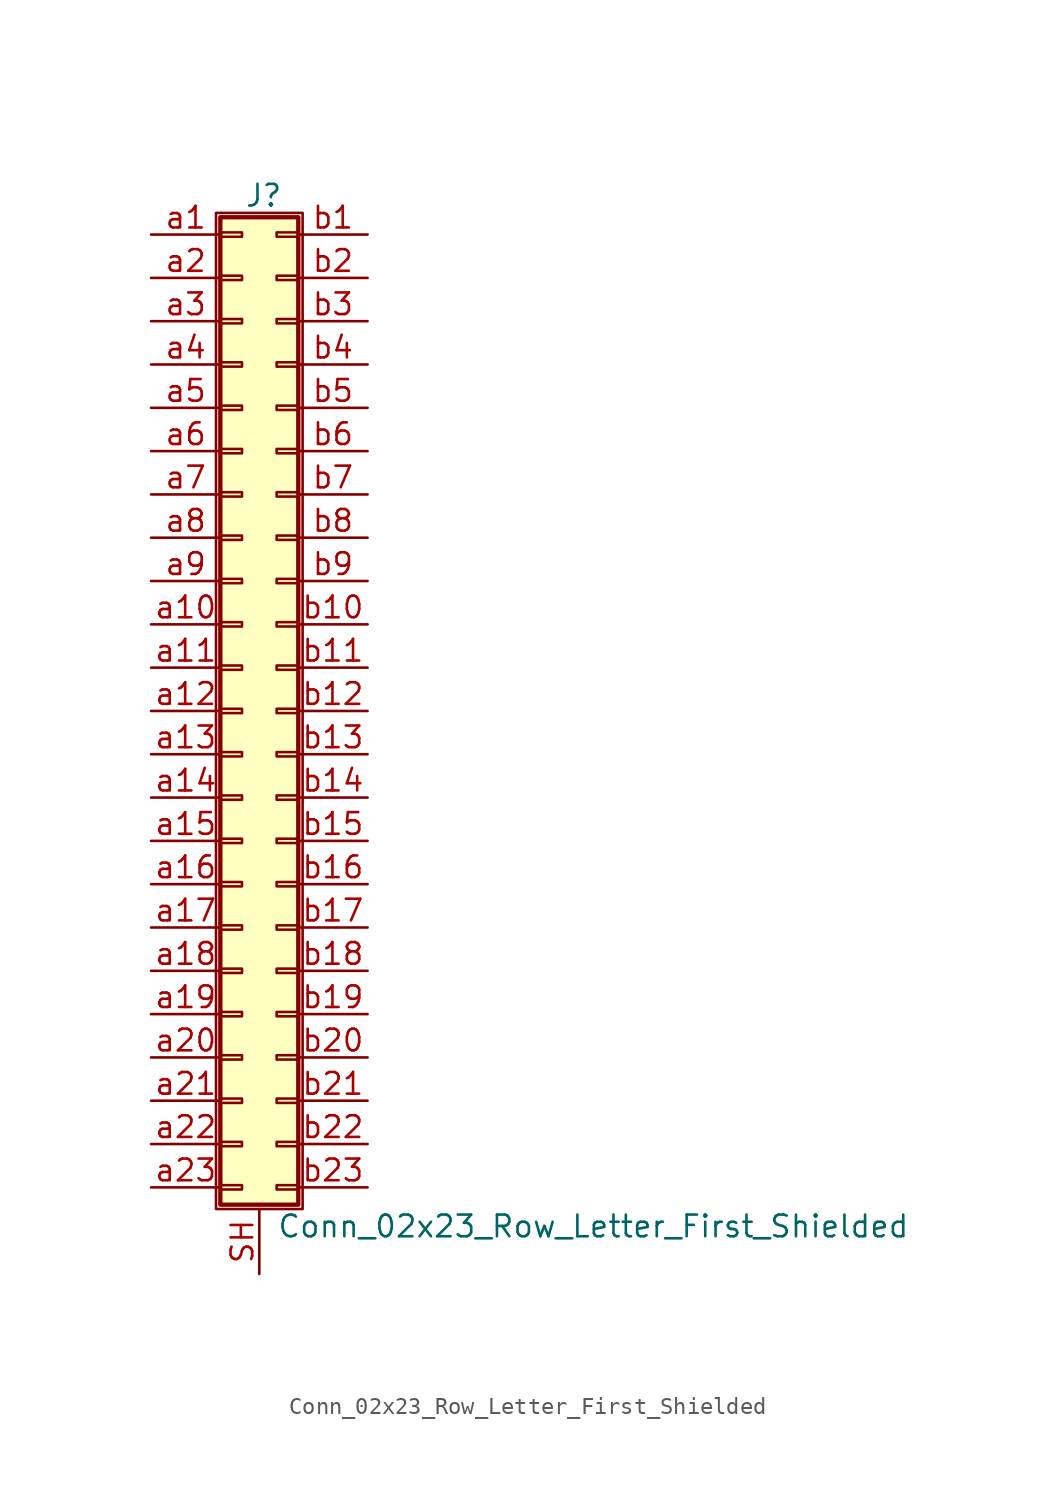
<source format=kicad_sym>
(kicad_symbol_lib
  (version 20201005)
  (generator kicad_symbol_editor)
  (symbol "Connector_Generic_Shielded:Conn_02x23_Row_Letter_First_Shielded"
    (pin_names
      (offset 1.016) hide)
    (property "Reference" "J"
      (at 1.524 30.226 0)
      (effects (font (size 1.27 1.27))))
    (property "Value" "Conn_02x23_Row_Letter_First_Shielded"
      (at 2.286 -30.226 0)
      (effects (font (size 1.27 1.27)) (justify left)))
    (symbol "Conn_02x23_Row_Letter_First_Shielded_1_1"
      (rectangle (start -1.016 -27.813) (end 0.254 -28.067) (stroke (width 0.152)) (fill (type none)))
      (rectangle (start -1.016 -4.953) (end 0.254 -5.207) (stroke (width 0.152)) (fill (type none)))
      (rectangle (start -1.016 -7.493) (end 0.254 -7.747) (stroke (width 0.152)) (fill (type none)))
      (rectangle (start -1.016 -10.033) (end 0.254 -10.287) (stroke (width 0.152)) (fill (type none)))
      (rectangle (start -1.016 -12.573) (end 0.254 -12.827) (stroke (width 0.152)) (fill (type none)))
      (rectangle (start -1.016 -15.113) (end 0.254 -15.367) (stroke (width 0.152)) (fill (type none)))
      (rectangle (start -1.016 -17.653) (end 0.254 -17.907) (stroke (width 0.152)) (fill (type none)))
      (rectangle (start -1.016 -20.193) (end 0.254 -20.447) (stroke (width 0.152)) (fill (type none)))
      (rectangle (start -1.016 -22.733) (end 0.254 -22.987) (stroke (width 0.152)) (fill (type none)))
      (rectangle (start -1.016 -2.413) (end 0.254 -2.667) (stroke (width 0.152)) (fill (type none)))
      (rectangle (start -1.016 -25.273) (end 0.254 -25.527) (stroke (width 0.152)) (fill (type none)))
      (rectangle (start -1.016 25.527) (end 0.254 25.273) (stroke (width 0.152)) (fill (type none)))
      (rectangle (start -1.016 2.667) (end 0.254 2.413) (stroke (width 0.152)) (fill (type none)))
      (rectangle (start -1.016 28.067) (end 0.254 27.813) (stroke (width 0.152)) (fill (type none)))
      (rectangle (start -1.016 28.956) (end 3.556 -28.956) (stroke (width 0.254)) (fill (type background)))
      (rectangle (start -1.016 5.207) (end 0.254 4.953) (stroke (width 0.152)) (fill (type none)))
      (rectangle (start -1.016 7.747) (end 0.254 7.493) (stroke (width 0.152)) (fill (type none)))
      (rectangle (start -1.016 10.287) (end 0.254 10.033) (stroke (width 0.152)) (fill (type none)))
      (rectangle (start -1.016 0.127) (end 0.254 -0.127) (stroke (width 0.152)) (fill (type none)))
      (rectangle (start -1.016 12.827) (end 0.254 12.573) (stroke (width 0.152)) (fill (type none)))
      (rectangle (start -1.016 15.367) (end 0.254 15.113) (stroke (width 0.152)) (fill (type none)))
      (rectangle (start -1.016 17.907) (end 0.254 17.653) (stroke (width 0.152)) (fill (type none)))
      (rectangle (start -1.016 20.447) (end 0.254 20.193) (stroke (width 0.152)) (fill (type none)))
      (rectangle (start -1.016 22.987) (end 0.254 22.733) (stroke (width 0.152)) (fill (type none)))
      (rectangle (start -1.27 29.21) (end 3.81 -29.21) (stroke (width 0.152)) (fill (type none)))
      (rectangle (start 3.556 -27.813) (end 2.286 -28.067) (stroke (width 0.152)) (fill (type none)))
      (rectangle (start 3.556 -4.953) (end 2.286 -5.207) (stroke (width 0.152)) (fill (type none)))
      (rectangle (start 3.556 -7.493) (end 2.286 -7.747) (stroke (width 0.152)) (fill (type none)))
      (rectangle (start 3.556 -10.033) (end 2.286 -10.287) (stroke (width 0.152)) (fill (type none)))
      (rectangle (start 3.556 -12.573) (end 2.286 -12.827) (stroke (width 0.152)) (fill (type none)))
      (rectangle (start 3.556 -15.113) (end 2.286 -15.367) (stroke (width 0.152)) (fill (type none)))
      (rectangle (start 3.556 -17.653) (end 2.286 -17.907) (stroke (width 0.152)) (fill (type none)))
      (rectangle (start 3.556 -20.193) (end 2.286 -20.447) (stroke (width 0.152)) (fill (type none)))
      (rectangle (start 3.556 -22.733) (end 2.286 -22.987) (stroke (width 0.152)) (fill (type none)))
      (rectangle (start 3.556 -2.413) (end 2.286 -2.667) (stroke (width 0.152)) (fill (type none)))
      (rectangle (start 3.556 -25.273) (end 2.286 -25.527) (stroke (width 0.152)) (fill (type none)))
      (rectangle (start 3.556 25.527) (end 2.286 25.273) (stroke (width 0.152)) (fill (type none)))
      (rectangle (start 3.556 2.667) (end 2.286 2.413) (stroke (width 0.152)) (fill (type none)))
      (rectangle (start 3.556 28.067) (end 2.286 27.813) (stroke (width 0.152)) (fill (type none)))
      (rectangle (start 3.556 5.207) (end 2.286 4.953) (stroke (width 0.152)) (fill (type none)))
      (rectangle (start 3.556 7.747) (end 2.286 7.493) (stroke (width 0.152)) (fill (type none)))
      (rectangle (start 3.556 10.287) (end 2.286 10.033) (stroke (width 0.152)) (fill (type none)))
      (rectangle (start 3.556 0.127) (end 2.286 -0.127) (stroke (width 0.152)) (fill (type none)))
      (rectangle (start 3.556 12.827) (end 2.286 12.573) (stroke (width 0.152)) (fill (type none)))
      (rectangle (start 3.556 15.367) (end 2.286 15.113) (stroke (width 0.152)) (fill (type none)))
      (rectangle (start 3.556 17.907) (end 2.286 17.653) (stroke (width 0.152)) (fill (type none)))
      (rectangle (start 3.556 20.447) (end 2.286 20.193) (stroke (width 0.152)) (fill (type none)))
      (rectangle (start 3.556 22.987) (end 2.286 22.733) (stroke (width 0.152)) (fill (type none)))
      (pin passive line (at -5.08 27.94 0) (length 4.064) (name "Pin_a1" (effects (font (size 1.27 1.27)))) (number "a1" (effects (font (size 1.27 1.27)))))
      (pin passive line (at -5.08 5.08 0) (length 4.064) (name "Pin_a10" (effects (font (size 1.27 1.27)))) (number "a10" (effects (font (size 1.27 1.27)))))
      (pin passive line (at -5.08 2.54 0) (length 4.064) (name "Pin_a11" (effects (font (size 1.27 1.27)))) (number "a11" (effects (font (size 1.27 1.27)))))
      (pin passive line (at -5.08 0 0) (length 4.064) (name "Pin_a12" (effects (font (size 1.27 1.27)))) (number "a12" (effects (font (size 1.27 1.27)))))
      (pin passive line (at -5.08 -2.54 0) (length 4.064) (name "Pin_a13" (effects (font (size 1.27 1.27)))) (number "a13" (effects (font (size 1.27 1.27)))))
      (pin passive line (at -5.08 -5.08 0) (length 4.064) (name "Pin_a14" (effects (font (size 1.27 1.27)))) (number "a14" (effects (font (size 1.27 1.27)))))
      (pin passive line (at -5.08 -7.62 0) (length 4.064) (name "Pin_a15" (effects (font (size 1.27 1.27)))) (number "a15" (effects (font (size 1.27 1.27)))))
      (pin passive line (at -5.08 -10.16 0) (length 4.064) (name "Pin_a16" (effects (font (size 1.27 1.27)))) (number "a16" (effects (font (size 1.27 1.27)))))
      (pin passive line (at -5.08 -12.7 0) (length 4.064) (name "Pin_a17" (effects (font (size 1.27 1.27)))) (number "a17" (effects (font (size 1.27 1.27)))))
      (pin passive line (at -5.08 -15.24 0) (length 4.064) (name "Pin_a18" (effects (font (size 1.27 1.27)))) (number "a18" (effects (font (size 1.27 1.27)))))
      (pin passive line (at -5.08 -17.78 0) (length 4.064) (name "Pin_a19" (effects (font (size 1.27 1.27)))) (number "a19" (effects (font (size 1.27 1.27)))))
      (pin passive line (at -5.08 25.4 0) (length 4.064) (name "Pin_a2" (effects (font (size 1.27 1.27)))) (number "a2" (effects (font (size 1.27 1.27)))))
      (pin passive line (at -5.08 -20.32 0) (length 4.064) (name "Pin_a20" (effects (font (size 1.27 1.27)))) (number "a20" (effects (font (size 1.27 1.27)))))
      (pin passive line (at -5.08 -22.86 0) (length 4.064) (name "Pin_a21" (effects (font (size 1.27 1.27)))) (number "a21" (effects (font (size 1.27 1.27)))))
      (pin passive line (at -5.08 -25.4 0) (length 4.064) (name "Pin_a22" (effects (font (size 1.27 1.27)))) (number "a22" (effects (font (size 1.27 1.27)))))
      (pin passive line (at -5.08 -27.94 0) (length 4.064) (name "Pin_a23" (effects (font (size 1.27 1.27)))) (number "a23" (effects (font (size 1.27 1.27)))))
      (pin passive line (at -5.08 22.86 0) (length 4.064) (name "Pin_a3" (effects (font (size 1.27 1.27)))) (number "a3" (effects (font (size 1.27 1.27)))))
      (pin passive line (at -5.08 20.32 0) (length 4.064) (name "Pin_a4" (effects (font (size 1.27 1.27)))) (number "a4" (effects (font (size 1.27 1.27)))))
      (pin passive line (at -5.08 17.78 0) (length 4.064) (name "Pin_a5" (effects (font (size 1.27 1.27)))) (number "a5" (effects (font (size 1.27 1.27)))))
      (pin passive line (at -5.08 15.24 0) (length 4.064) (name "Pin_a6" (effects (font (size 1.27 1.27)))) (number "a6" (effects (font (size 1.27 1.27)))))
      (pin passive line (at -5.08 12.7 0) (length 4.064) (name "Pin_a7" (effects (font (size 1.27 1.27)))) (number "a7" (effects (font (size 1.27 1.27)))))
      (pin passive line (at -5.08 10.16 0) (length 4.064) (name "Pin_a8" (effects (font (size 1.27 1.27)))) (number "a8" (effects (font (size 1.27 1.27)))))
      (pin passive line (at -5.08 7.62 0) (length 4.064) (name "Pin_a9" (effects (font (size 1.27 1.27)))) (number "a9" (effects (font (size 1.27 1.27)))))
      (pin passive line (at 7.62 27.94 180) (length 4.064) (name "Pin_b1" (effects (font (size 1.27 1.27)))) (number "b1" (effects (font (size 1.27 1.27)))))
      (pin passive line (at 7.62 5.08 180) (length 4.064) (name "Pin_b10" (effects (font (size 1.27 1.27)))) (number "b10" (effects (font (size 1.27 1.27)))))
      (pin passive line (at 7.62 2.54 180) (length 4.064) (name "Pin_b11" (effects (font (size 1.27 1.27)))) (number "b11" (effects (font (size 1.27 1.27)))))
      (pin passive line (at 7.62 0 180) (length 4.064) (name "Pin_b12" (effects (font (size 1.27 1.27)))) (number "b12" (effects (font (size 1.27 1.27)))))
      (pin passive line (at 7.62 -2.54 180) (length 4.064) (name "Pin_b13" (effects (font (size 1.27 1.27)))) (number "b13" (effects (font (size 1.27 1.27)))))
      (pin passive line (at 7.62 -5.08 180) (length 4.064) (name "Pin_b14" (effects (font (size 1.27 1.27)))) (number "b14" (effects (font (size 1.27 1.27)))))
      (pin passive line (at 7.62 -7.62 180) (length 4.064) (name "Pin_b15" (effects (font (size 1.27 1.27)))) (number "b15" (effects (font (size 1.27 1.27)))))
      (pin passive line (at 7.62 -10.16 180) (length 4.064) (name "Pin_b16" (effects (font (size 1.27 1.27)))) (number "b16" (effects (font (size 1.27 1.27)))))
      (pin passive line (at 7.62 -12.7 180) (length 4.064) (name "Pin_b17" (effects (font (size 1.27 1.27)))) (number "b17" (effects (font (size 1.27 1.27)))))
      (pin passive line (at 7.62 -15.24 180) (length 4.064) (name "Pin_b18" (effects (font (size 1.27 1.27)))) (number "b18" (effects (font (size 1.27 1.27)))))
      (pin passive line (at 7.62 -17.78 180) (length 4.064) (name "Pin_b19" (effects (font (size 1.27 1.27)))) (number "b19" (effects (font (size 1.27 1.27)))))
      (pin passive line (at 7.62 25.4 180) (length 4.064) (name "Pin_b2" (effects (font (size 1.27 1.27)))) (number "b2" (effects (font (size 1.27 1.27)))))
      (pin passive line (at 7.62 -20.32 180) (length 4.064) (name "Pin_b20" (effects (font (size 1.27 1.27)))) (number "b20" (effects (font (size 1.27 1.27)))))
      (pin passive line (at 7.62 -22.86 180) (length 4.064) (name "Pin_b21" (effects (font (size 1.27 1.27)))) (number "b21" (effects (font (size 1.27 1.27)))))
      (pin passive line (at 7.62 -25.4 180) (length 4.064) (name "Pin_b22" (effects (font (size 1.27 1.27)))) (number "b22" (effects (font (size 1.27 1.27)))))
      (pin passive line (at 7.62 -27.94 180) (length 4.064) (name "Pin_b23" (effects (font (size 1.27 1.27)))) (number "b23" (effects (font (size 1.27 1.27)))))
      (pin passive line (at 7.62 22.86 180) (length 4.064) (name "Pin_b3" (effects (font (size 1.27 1.27)))) (number "b3" (effects (font (size 1.27 1.27)))))
      (pin passive line (at 7.62 20.32 180) (length 4.064) (name "Pin_b4" (effects (font (size 1.27 1.27)))) (number "b4" (effects (font (size 1.27 1.27)))))
      (pin passive line (at 7.62 17.78 180) (length 4.064) (name "Pin_b5" (effects (font (size 1.27 1.27)))) (number "b5" (effects (font (size 1.27 1.27)))))
      (pin passive line (at 7.62 15.24 180) (length 4.064) (name "Pin_b6" (effects (font (size 1.27 1.27)))) (number "b6" (effects (font (size 1.27 1.27)))))
      (pin passive line (at 7.62 12.7 180) (length 4.064) (name "Pin_b7" (effects (font (size 1.27 1.27)))) (number "b7" (effects (font (size 1.27 1.27)))))
      (pin passive line (at 7.62 10.16 180) (length 4.064) (name "Pin_b8" (effects (font (size 1.27 1.27)))) (number "b8" (effects (font (size 1.27 1.27)))))
      (pin passive line (at 7.62 7.62 180) (length 4.064) (name "Pin_b9" (effects (font (size 1.27 1.27)))) (number "b9" (effects (font (size 1.27 1.27)))))
      (pin passive line (at 1.27 -33.02 90) (length 3.81) (name "Shield" (effects (font (size 1.27 1.27)))) (number "SH" (effects (font (size 1.27 1.27))))))))
</source>
